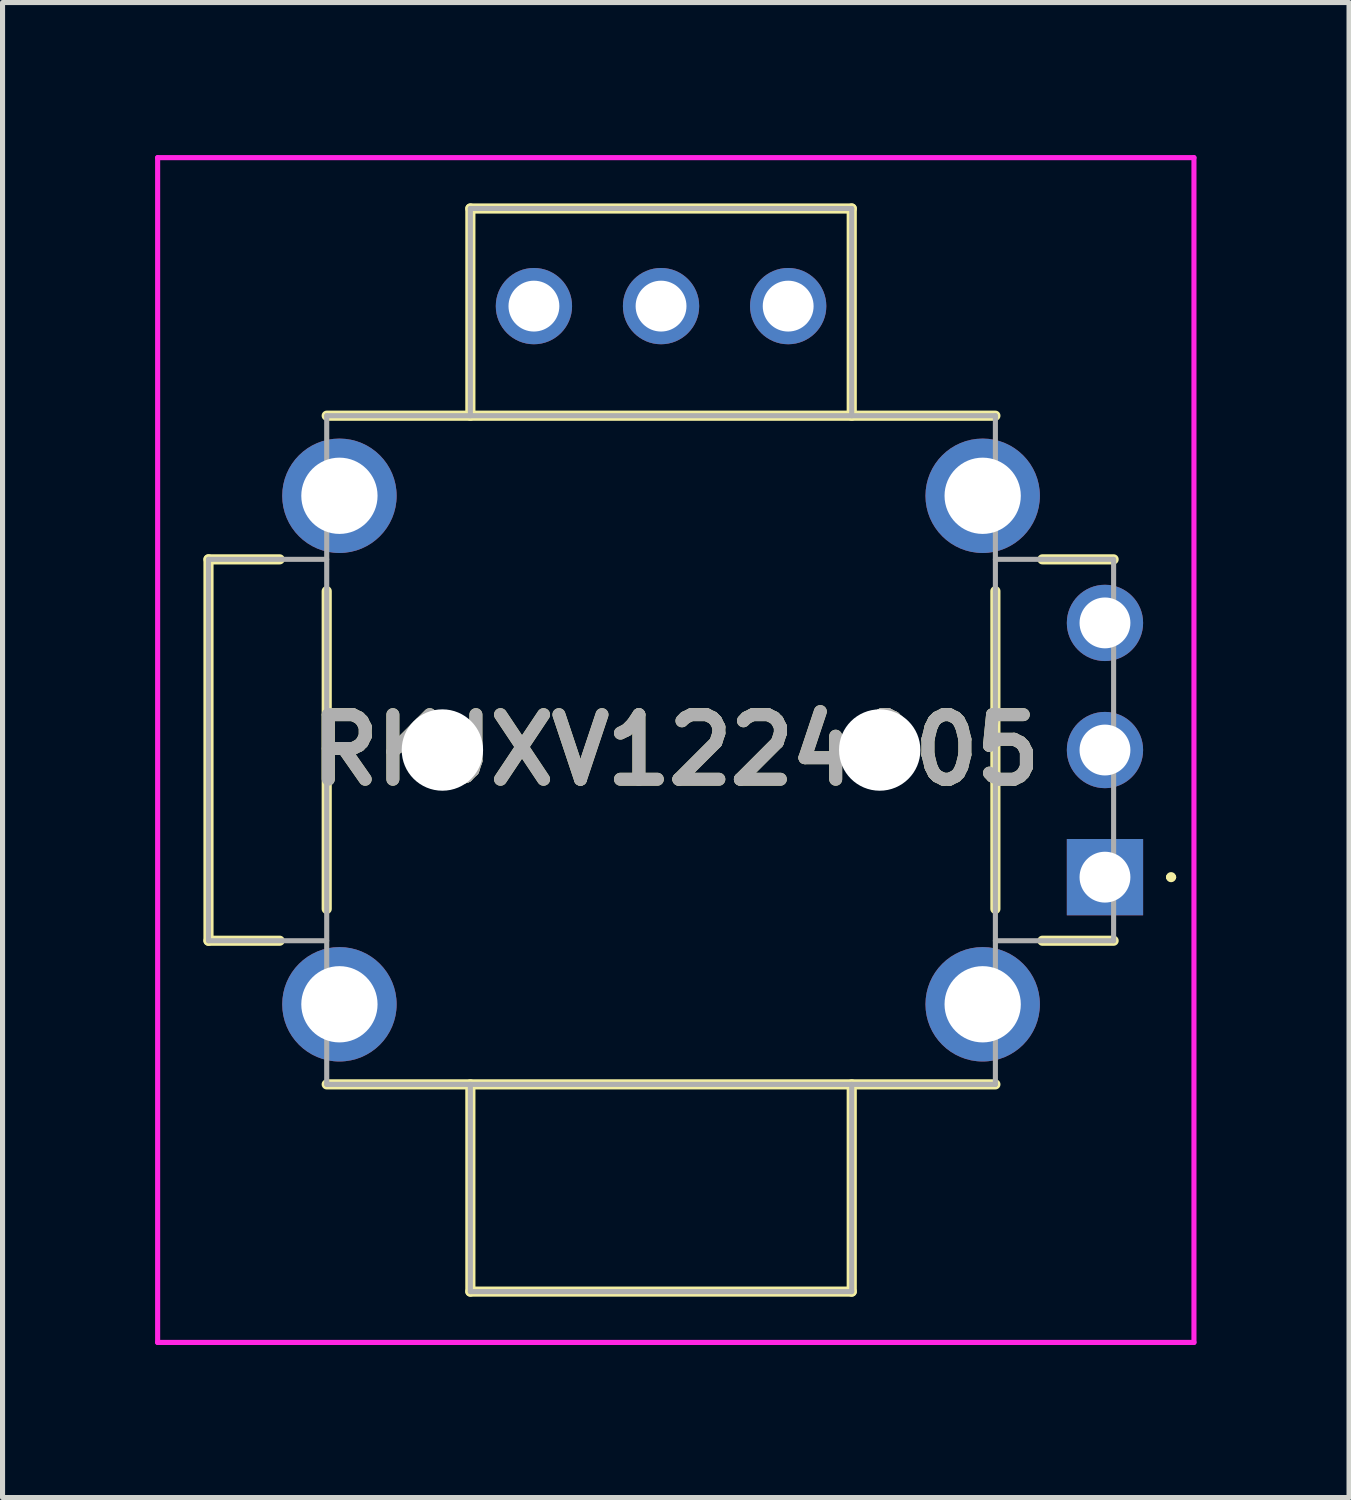
<source format=kicad_pcb>
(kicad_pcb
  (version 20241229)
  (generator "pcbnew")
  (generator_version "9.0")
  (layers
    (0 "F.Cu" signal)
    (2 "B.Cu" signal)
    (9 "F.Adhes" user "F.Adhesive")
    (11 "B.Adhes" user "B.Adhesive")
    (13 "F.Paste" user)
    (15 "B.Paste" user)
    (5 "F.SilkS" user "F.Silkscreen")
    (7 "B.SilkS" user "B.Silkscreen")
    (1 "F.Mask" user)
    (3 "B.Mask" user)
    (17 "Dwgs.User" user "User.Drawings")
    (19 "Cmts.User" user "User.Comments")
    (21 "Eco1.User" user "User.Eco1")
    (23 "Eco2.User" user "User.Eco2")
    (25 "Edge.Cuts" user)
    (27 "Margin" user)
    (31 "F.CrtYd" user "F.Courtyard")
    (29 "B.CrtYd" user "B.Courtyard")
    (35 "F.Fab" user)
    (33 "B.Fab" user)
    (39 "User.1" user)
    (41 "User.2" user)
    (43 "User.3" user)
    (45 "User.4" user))
  (footprint "RKJXV1224005"
    (layer "F.Cu")
    (at 18.68 14.2)
    (property "Reference" "RKJXV1224005" (at -8.44 -2.5 0) (layer "F.SilkS") (effects (font (size 1.27 1.27) (thickness 0.254))))
    (attr through_hole)
    (fp_line (start -17.63 -6.25) (end -17.63 1.25) (stroke (width 0.2) (type solid)) (layer "F.SilkS"))
    (fp_line (start -17.63 1.25) (end -16.23 1.25) (stroke (width 0.2) (type solid)) (layer "F.SilkS"))
    (fp_line (start -16.23 -6.25) (end -17.63 -6.25) (stroke (width 0.2) (type solid)) (layer "F.SilkS"))
    (fp_line (start -15.305 -9.075) (end -2.155 -9.075) (stroke (width 0.2) (type solid)) (layer "F.SilkS"))
    (fp_line (start -15.305 -5.625) (end -15.305 0.625) (stroke (width 0.2) (type solid)) (layer "F.SilkS"))
    (fp_line (start -15.305 4.075) (end -2.155 4.075) (stroke (width 0.2) (type solid)) (layer "F.SilkS"))
    (fp_line (start -12.48 -13.15) (end -4.98 -13.15) (stroke (width 0.2) (type solid)) (layer "F.SilkS"))
    (fp_line (start -12.48 -9.075) (end -12.48 -13.15) (stroke (width 0.2) (type solid)) (layer "F.SilkS"))
    (fp_line (start -12.48 4.075) (end -12.48 8.15) (stroke (width 0.2) (type solid)) (layer "F.SilkS"))
    (fp_line (start -12.48 8.15) (end -4.98 8.15) (stroke (width 0.2) (type solid)) (layer "F.SilkS"))
    (fp_line (start -4.98 -13.15) (end -4.98 -9.075) (stroke (width 0.2) (type solid)) (layer "F.SilkS"))
    (fp_line (start -4.98 8.15) (end -4.98 4.075) (stroke (width 0.2) (type solid)) (layer "F.SilkS"))
    (fp_line (start -2.155 -5.625) (end -2.155 0.625) (stroke (width 0.2) (type solid)) (layer "F.SilkS"))
    (fp_line (start -1.23 -6.25) (end 0.17 -6.25) (stroke (width 0.2) (type solid)) (layer "F.SilkS"))
    (fp_line (start -1.23 1.25) (end 0.17 1.25) (stroke (width 0.2) (type solid)) (layer "F.SilkS"))
    (fp_line (start 1.25 0) (end 1.25 0) (stroke (width 0.1) (type solid)) (layer "F.SilkS"))
    (fp_line (start 1.35 0) (end 1.35 0) (stroke (width 0.1) (type solid)) (layer "F.SilkS"))
    (fp_arc (start 1.25 0) (mid 1.3 -0.05) (end 1.35 0) (stroke (width 0.1) (type solid)) (layer "F.SilkS"))
    (fp_arc (start 1.35 0) (mid 1.3 0.05) (end 1.25 0) (stroke (width 0.1) (type solid)) (layer "F.SilkS"))
    (fp_line (start -18.63 -14.15) (end 1.75 -14.15) (stroke (width 0.1) (type solid)) (layer "F.CrtYd"))
    (fp_line (start -18.63 9.15) (end -18.63 -14.15) (stroke (width 0.1) (type solid)) (layer "F.CrtYd"))
    (fp_line (start 1.75 -14.15) (end 1.75 9.15) (stroke (width 0.1) (type solid)) (layer "F.CrtYd"))
    (fp_line (start 1.75 9.15) (end -18.63 9.15) (stroke (width 0.1) (type solid)) (layer "F.CrtYd"))
    (fp_line (start -17.63 -6.25) (end -17.63 1.25) (stroke (width 0.1) (type solid)) (layer "F.Fab"))
    (fp_line (start -17.63 1.25) (end -15.305 1.25) (stroke (width 0.1) (type solid)) (layer "F.Fab"))
    (fp_line (start -15.305 -9.075) (end -2.155 -9.075) (stroke (width 0.1) (type solid)) (layer "F.Fab"))
    (fp_line (start -15.305 -6.25) (end -17.63 -6.25) (stroke (width 0.1) (type solid)) (layer "F.Fab"))
    (fp_line (start -15.305 4.075) (end -15.305 -9.075) (stroke (width 0.1) (type solid)) (layer "F.Fab"))
    (fp_line (start -12.48 -13.15) (end -12.48 -9.075) (stroke (width 0.1) (type solid)) (layer "F.Fab"))
    (fp_line (start -12.48 4.075) (end -12.48 8.15) (stroke (width 0.1) (type solid)) (layer "F.Fab"))
    (fp_line (start -12.48 8.15) (end -4.98 8.15) (stroke (width 0.1) (type solid)) (layer "F.Fab"))
    (fp_line (start -4.98 -13.15) (end -12.48 -13.15) (stroke (width 0.1) (type solid)) (layer "F.Fab"))
    (fp_line (start -4.98 -9.075) (end -4.98 -13.15) (stroke (width 0.1) (type solid)) (layer "F.Fab"))
    (fp_line (start -4.98 8.15) (end -4.98 4.075) (stroke (width 0.1) (type solid)) (layer "F.Fab"))
    (fp_line (start -2.155 -9.075) (end -2.155 4.075) (stroke (width 0.1) (type solid)) (layer "F.Fab"))
    (fp_line (start -2.155 -6.25) (end 0.17 -6.25) (stroke (width 0.1) (type solid)) (layer "F.Fab"))
    (fp_line (start -2.155 4.075) (end -15.305 4.075) (stroke (width 0.1) (type solid)) (layer "F.Fab"))
    (fp_line (start 0.17 -6.25) (end 0.17 1.25) (stroke (width 0.1) (type solid)) (layer "F.Fab"))
    (fp_line (start 0.17 1.25) (end -2.155 1.25) (stroke (width 0.1) (type solid)) (layer "F.Fab"))
    (fp_text user "${REFERENCE}" (at -8.44 -2.5 0) (layer "F.Fab") (effects (font (size 1.27 1.27) (thickness 0.254))))
    (pad "" np_thru_hole circle (at -13.03 -2.5) (size 1.6 1.6) (drill 1.6) (layers "*.Cu" "*.Mask"))
    (pad "" np_thru_hole circle (at -4.43 -2.5) (size 1.6 1.6) (drill 1.6) (layers "*.Cu" "*.Mask"))
    (pad "1" thru_hole circle (at -2.405 -7.5) (size 2.25 2.25) (drill 1.5) (layers "*.Cu" "*.Mask"))
    (pad "2" thru_hole circle (at -15.055 -7.5) (size 2.25 2.25) (drill 1.5) (layers "*.Cu" "*.Mask"))
    (pad "3" thru_hole circle (at -15.055 2.5) (size 2.25 2.25) (drill 1.5) (layers "*.Cu" "*.Mask"))
    (pad "4" thru_hole circle (at -2.405 2.5) (size 2.25 2.25) (drill 1.5) (layers "*.Cu" "*.Mask"))
    (pad "A1" thru_hole rect (at 0 0) (size 1.5 1.5) (drill 1) (layers "*.Cu" "*.Mask"))
    (pad "A2" thru_hole circle (at 0 -2.5) (size 1.5 1.5) (drill 1) (layers "*.Cu" "*.Mask"))
    (pad "A3" thru_hole circle (at 0 -5) (size 1.5 1.5) (drill 1) (layers "*.Cu" "*.Mask"))
    (pad "B1" thru_hole circle (at -6.23 -11.23) (size 1.5 1.5) (drill 1) (layers "*.Cu" "*.Mask"))
    (pad "B2" thru_hole circle (at -8.73 -11.23) (size 1.5 1.5) (drill 1) (layers "*.Cu" "*.Mask"))
    (pad "B3" thru_hole circle (at -11.23 -11.23) (size 1.5 1.5) (drill 1) (layers "*.Cu" "*.Mask")))
  (gr_rect
    (start -3 -3)
    (end 23.48 26.4)
    (stroke (width 0.1) (type default))
    (fill no)
    (layer "Edge.Cuts")))
</source>
